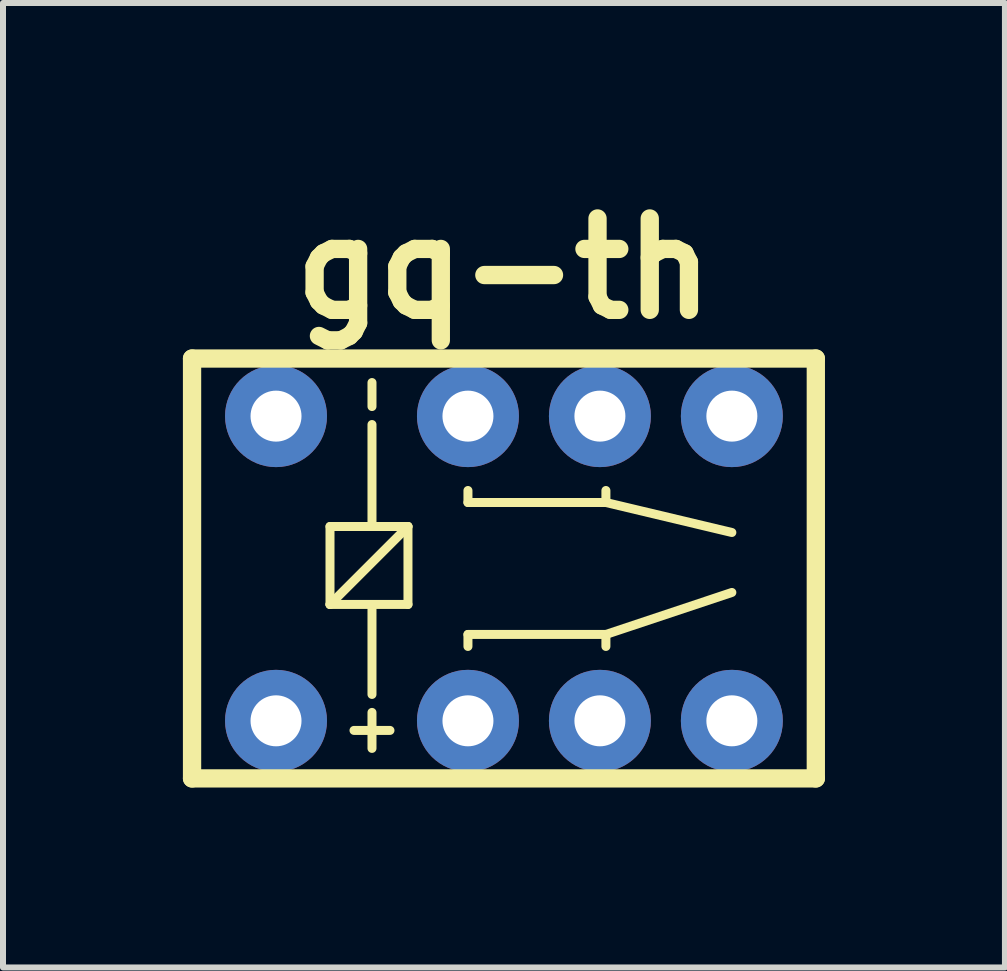
<source format=kicad_pcb>
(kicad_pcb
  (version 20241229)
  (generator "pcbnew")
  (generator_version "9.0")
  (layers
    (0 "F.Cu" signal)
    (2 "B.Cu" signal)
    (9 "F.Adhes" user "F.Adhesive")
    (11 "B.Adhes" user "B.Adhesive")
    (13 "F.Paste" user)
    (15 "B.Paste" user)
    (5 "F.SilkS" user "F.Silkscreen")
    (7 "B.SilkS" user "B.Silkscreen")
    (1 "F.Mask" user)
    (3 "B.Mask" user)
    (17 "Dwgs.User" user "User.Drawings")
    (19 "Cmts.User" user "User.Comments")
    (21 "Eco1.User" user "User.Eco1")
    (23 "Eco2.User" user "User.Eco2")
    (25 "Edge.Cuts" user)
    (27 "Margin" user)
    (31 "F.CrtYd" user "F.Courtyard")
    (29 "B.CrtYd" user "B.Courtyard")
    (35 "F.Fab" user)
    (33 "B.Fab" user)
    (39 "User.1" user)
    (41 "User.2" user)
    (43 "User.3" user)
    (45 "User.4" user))
  (footprint "gq-th"
    (layer "F.Cu")
    (at 4.752 6.428)
    (property "Reference" "gq-th" (at 0.6 -5.001 0) (layer "F.SilkS") (effects (font (size 1.524 1.524) (thickness 0.305))))
    (attr through_hole)
    (fp_line (start -4.6 -3.5) (end 5.8 -3.5) (stroke (width 0.305) (type solid)) (layer "F.SilkS"))
    (fp_line (start -4.6 3.5) (end -4.6 -3.5) (stroke (width 0.305) (type solid)) (layer "F.SilkS"))
    (fp_line (start -2.3 -0.7) (end -2.3 0.6) (stroke (width 0.15) (type solid)) (layer "F.SilkS"))
    (fp_line (start -2.3 -0.7) (end -1 -0.7) (stroke (width 0.15) (type solid)) (layer "F.SilkS"))
    (fp_line (start -1.9 2.7) (end -1.3 2.7) (stroke (width 0.15) (type solid)) (layer "F.SilkS"))
    (fp_line (start -1.6 -3.1) (end -1.6 -2.7) (stroke (width 0.15) (type solid)) (layer "F.SilkS"))
    (fp_line (start -1.6 -2.4) (end -1.6 -0.7) (stroke (width 0.15) (type solid)) (layer "F.SilkS"))
    (fp_line (start -1.6 0.6) (end -1.6 2.1) (stroke (width 0.15) (type solid)) (layer "F.SilkS"))
    (fp_line (start -1.6 2.4) (end -1.6 3) (stroke (width 0.15) (type solid)) (layer "F.SilkS"))
    (fp_line (start -1 -0.7) (end -2.3 0.6) (stroke (width 0.15) (type solid)) (layer "F.SilkS"))
    (fp_line (start -1 -0.7) (end -1 0.6) (stroke (width 0.15) (type solid)) (layer "F.SilkS"))
    (fp_line (start -1 0.6) (end -2.3 0.6) (stroke (width 0.15) (type solid)) (layer "F.SilkS"))
    (fp_line (start 0 -1.1) (end 0 -1.3) (stroke (width 0.15) (type solid)) (layer "F.SilkS"))
    (fp_line (start 0 -1.1) (end 2.3 -1.1) (stroke (width 0.15) (type solid)) (layer "F.SilkS"))
    (fp_line (start 0 1.1) (end 0 1.3) (stroke (width 0.15) (type solid)) (layer "F.SilkS"))
    (fp_line (start 0 1.1) (end 2.3 1.1) (stroke (width 0.15) (type solid)) (layer "F.SilkS"))
    (fp_line (start 2.3 -1.1) (end 2.3 -1.3) (stroke (width 0.15) (type solid)) (layer "F.SilkS"))
    (fp_line (start 2.3 -1.1) (end 4.4 -0.6) (stroke (width 0.15) (type solid)) (layer "F.SilkS"))
    (fp_line (start 2.3 1.1) (end 2.3 1.3) (stroke (width 0.15) (type solid)) (layer "F.SilkS"))
    (fp_line (start 2.3 1.1) (end 4.4 0.4) (stroke (width 0.15) (type solid)) (layer "F.SilkS"))
    (fp_line (start 5.8 -3.5) (end 5.8 3.5) (stroke (width 0.305) (type solid)) (layer "F.SilkS"))
    (fp_line (start 5.8 3.5) (end -4.6 3.5) (stroke (width 0.305) (type solid)) (layer "F.SilkS"))
    (pad "1" thru_hole circle (at -3.2 2.54) (size 1.7 1.7) (drill 0.85) (layers "*.Cu" "*.Mask"))
    (pad "2" thru_hole circle (at 0 2.54) (size 1.7 1.7) (drill 0.85) (layers "*.Cu" "*.Mask"))
    (pad "3" thru_hole circle (at 2.2 2.54) (size 1.7 1.7) (drill 0.85) (layers "*.Cu" "*.Mask"))
    (pad "4" thru_hole circle (at 4.4 2.54) (size 1.7 1.7) (drill 0.85) (layers "*.Cu" "*.Mask"))
    (pad "5" thru_hole circle (at 4.4 -2.54) (size 1.7 1.7) (drill 0.85) (layers "*.Cu" "*.Mask"))
    (pad "6" thru_hole circle (at 2.2 -2.54) (size 1.7 1.7) (drill 0.85) (layers "*.Cu" "*.Mask"))
    (pad "7" thru_hole circle (at 0 -2.54) (size 1.7 1.7) (drill 0.85) (layers "*.Cu" "*.Mask"))
    (pad "8" thru_hole circle (at -3.2 -2.54) (size 1.7 1.7) (drill 0.85) (layers "*.Cu" "*.Mask")))
  (gr_rect
    (start -3 -3)
    (end 13.705 13.08)
    (stroke (width 0.1) (type default))
    (fill no)
    (layer "Edge.Cuts")))
</source>
